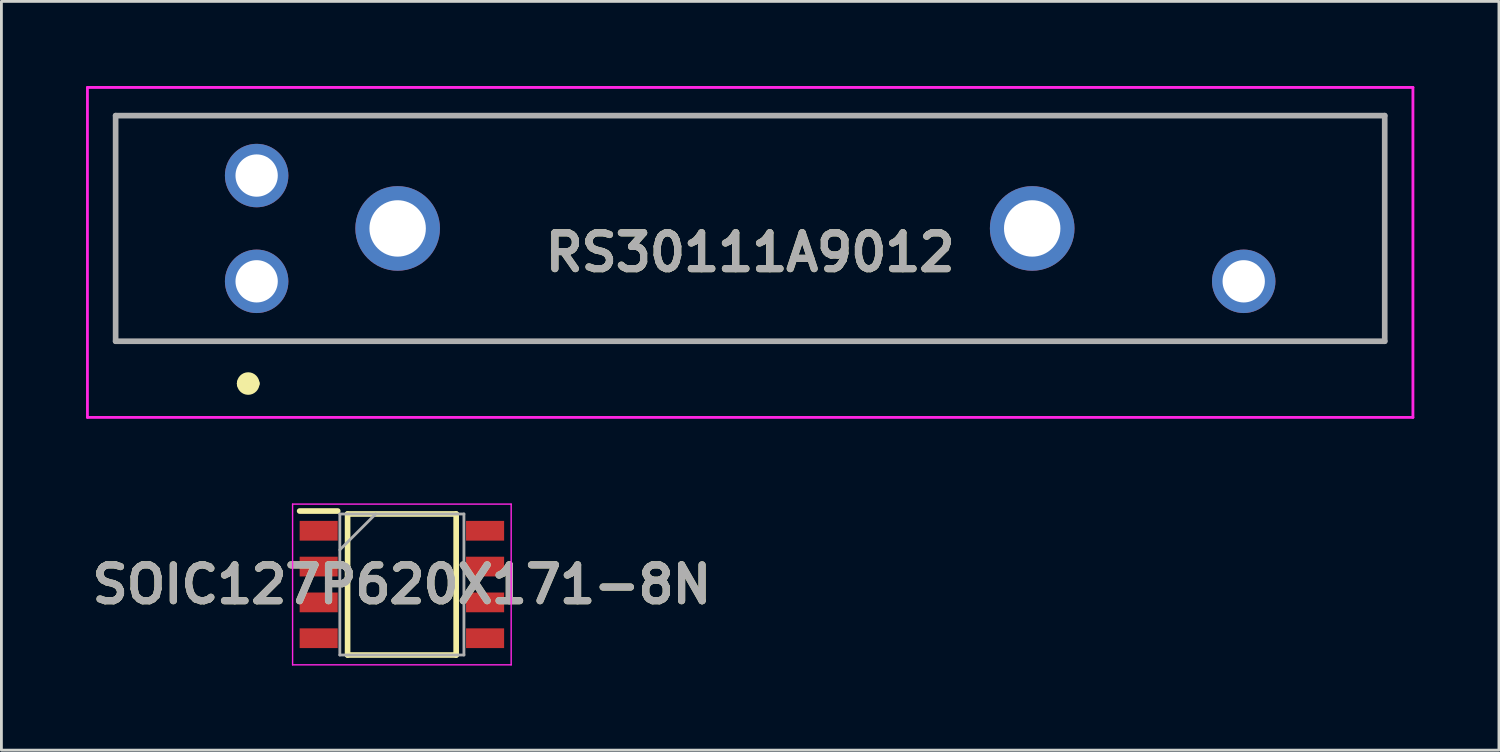
<source format=kicad_pcb>
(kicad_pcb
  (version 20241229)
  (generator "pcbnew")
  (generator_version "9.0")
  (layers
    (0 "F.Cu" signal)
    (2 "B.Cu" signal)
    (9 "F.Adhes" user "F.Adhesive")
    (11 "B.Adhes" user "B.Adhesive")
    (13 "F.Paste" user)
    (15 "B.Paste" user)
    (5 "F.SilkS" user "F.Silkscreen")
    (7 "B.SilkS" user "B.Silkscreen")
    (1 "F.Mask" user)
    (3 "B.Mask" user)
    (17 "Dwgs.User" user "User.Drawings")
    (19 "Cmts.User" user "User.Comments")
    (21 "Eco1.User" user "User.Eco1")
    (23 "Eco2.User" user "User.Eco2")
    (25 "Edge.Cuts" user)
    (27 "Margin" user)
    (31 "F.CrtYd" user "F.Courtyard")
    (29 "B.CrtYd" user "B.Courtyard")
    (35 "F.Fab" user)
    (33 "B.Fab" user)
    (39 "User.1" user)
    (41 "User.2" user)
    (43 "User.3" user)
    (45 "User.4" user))
  (footprint "RS30111A9012"
    (layer "F.Cu")
    (at 6.05 6.925)
    (property "Reference" "RS30111A9012" (at 17.5 -1.025 0) (layer "F.SilkS") (effects (font (size 1.27 1.27) (thickness 0.254))))
    (attr through_hole)
    (fp_line (start -5 -5.875) (end 40 -5.875) (stroke (width 0.1) (type solid)) (layer "F.SilkS"))
    (fp_line (start -5 2.125) (end -5 -5.875) (stroke (width 0.1) (type solid)) (layer "F.SilkS"))
    (fp_line (start -0.5 3.625) (end -0.5 3.625) (stroke (width 0.4) (type solid)) (layer "F.SilkS"))
    (fp_line (start -0.1 3.625) (end -0.1 3.625) (stroke (width 0.4) (type solid)) (layer "F.SilkS"))
    (fp_line (start 40 -5.875) (end 40 2.125) (stroke (width 0.1) (type solid)) (layer "F.SilkS"))
    (fp_line (start 40 2.125) (end -5 2.125) (stroke (width 0.1) (type solid)) (layer "F.SilkS"))
    (fp_arc (start -0.5 3.625) (mid -0.3 3.425) (end -0.1 3.625) (stroke (width 0.4) (type solid)) (layer "F.SilkS"))
    (fp_arc (start -0.1 3.625) (mid -0.3 3.825) (end -0.5 3.625) (stroke (width 0.4) (type solid)) (layer "F.SilkS"))
    (fp_line (start -6 -6.875) (end 41 -6.875) (stroke (width 0.1) (type solid)) (layer "F.CrtYd"))
    (fp_line (start -6 4.825) (end -6 -6.875) (stroke (width 0.1) (type solid)) (layer "F.CrtYd"))
    (fp_line (start 41 -6.875) (end 41 4.825) (stroke (width 0.1) (type solid)) (layer "F.CrtYd"))
    (fp_line (start 41 4.825) (end -6 4.825) (stroke (width 0.1) (type solid)) (layer "F.CrtYd"))
    (fp_line (start -5 -5.875) (end 40 -5.875) (stroke (width 0.2) (type solid)) (layer "F.Fab"))
    (fp_line (start -5 2.125) (end -5 -5.875) (stroke (width 0.2) (type solid)) (layer "F.Fab"))
    (fp_line (start 40 -5.875) (end 40 2.125) (stroke (width 0.2) (type solid)) (layer "F.Fab"))
    (fp_line (start 40 2.125) (end -5 2.125) (stroke (width 0.2) (type solid)) (layer "F.Fab"))
    (fp_text user "${REFERENCE}" (at 17.5 -1.025 0) (layer "F.Fab") (effects (font (size 1.27 1.27) (thickness 0.254))))
    (pad "1" thru_hole circle (at 0 0) (size 2.25 2.25) (drill 1.5) (layers "*.Cu" "*.Mask"))
    (pad "2" thru_hole circle (at 0 -3.75) (size 2.25 2.25) (drill 1.5) (layers "*.Cu" "*.Mask"))
    (pad "3" thru_hole circle (at 35 0) (size 2.25 2.25) (drill 1.5) (layers "*.Cu" "*.Mask"))
    (pad "MH1" thru_hole circle (at 5 -1.875) (size 3 3) (drill 2) (layers "*.Cu" "*.Mask"))
    (pad "MH2" thru_hole circle (at 27.5 -1.875) (size 3 3) (drill 2) (layers "*.Cu" "*.Mask")))
  (footprint "SOIC127P620X171-8N"
    (layer "F.Cu")
    (at 11.2 17.675)
    (property "Reference" "SOIC127P620X171-8N" (at 0 0 0) (layer "F.SilkS") (effects (font (size 1.27 1.27) (thickness 0.254))))
    (attr smd)
    (fp_line (start -3.625 -2.605) (end -2.275 -2.605) (stroke (width 0.2) (type solid)) (layer "F.SilkS"))
    (fp_line (start -1.925 -2.5) (end 1.925 -2.5) (stroke (width 0.2) (type solid)) (layer "F.SilkS"))
    (fp_line (start -1.925 2.5) (end -1.925 -2.5) (stroke (width 0.2) (type solid)) (layer "F.SilkS"))
    (fp_line (start 1.925 -2.5) (end 1.925 2.5) (stroke (width 0.2) (type solid)) (layer "F.SilkS"))
    (fp_line (start 1.925 2.5) (end -1.925 2.5) (stroke (width 0.2) (type solid)) (layer "F.SilkS"))
    (fp_line (start -3.875 -2.85) (end 3.875 -2.85) (stroke (width 0.05) (type solid)) (layer "F.CrtYd"))
    (fp_line (start -3.875 2.85) (end -3.875 -2.85) (stroke (width 0.05) (type solid)) (layer "F.CrtYd"))
    (fp_line (start 3.875 -2.85) (end 3.875 2.85) (stroke (width 0.05) (type solid)) (layer "F.CrtYd"))
    (fp_line (start 3.875 2.85) (end -3.875 2.85) (stroke (width 0.05) (type solid)) (layer "F.CrtYd"))
    (fp_line (start -2.2 -2.5) (end 2.2 -2.5) (stroke (width 0.1) (type solid)) (layer "F.Fab"))
    (fp_line (start -2.2 -1.23) (end -0.93 -2.5) (stroke (width 0.1) (type solid)) (layer "F.Fab"))
    (fp_line (start -2.2 2.5) (end -2.2 -2.5) (stroke (width 0.1) (type solid)) (layer "F.Fab"))
    (fp_line (start 2.2 -2.5) (end 2.2 2.5) (stroke (width 0.1) (type solid)) (layer "F.Fab"))
    (fp_line (start 2.2 2.5) (end -2.2 2.5) (stroke (width 0.1) (type solid)) (layer "F.Fab"))
    (fp_text user "${REFERENCE}" (at 0 0 0) (layer "F.Fab") (effects (font (size 1.27 1.27) (thickness 0.254))))
    (pad "1" smd rect (at -2.95 -1.905 90) (size 0.7 1.35) (layers "F.Cu" "F.Mask" "F.Paste"))
    (pad "2" smd rect (at -2.95 -0.635 90) (size 0.7 1.35) (layers "F.Cu" "F.Mask" "F.Paste"))
    (pad "3" smd rect (at -2.95 0.635 90) (size 0.7 1.35) (layers "F.Cu" "F.Mask" "F.Paste"))
    (pad "4" smd rect (at -2.95 1.905 90) (size 0.7 1.35) (layers "F.Cu" "F.Mask" "F.Paste"))
    (pad "5" smd rect (at 2.95 1.905 90) (size 0.7 1.35) (layers "F.Cu" "F.Mask" "F.Paste"))
    (pad "6" smd rect (at 2.95 0.635 90) (size 0.7 1.35) (layers "F.Cu" "F.Mask" "F.Paste"))
    (pad "7" smd rect (at 2.95 -0.635 90) (size 0.7 1.35) (layers "F.Cu" "F.Mask" "F.Paste"))
    (pad "8" smd rect (at 2.95 -1.905 90) (size 0.7 1.35) (layers "F.Cu" "F.Mask" "F.Paste")))
  (gr_rect
    (start -3 -3)
    (end 50.1 23.55)
    (stroke (width 0.1) (type default))
    (fill no)
    (layer "Edge.Cuts")))
</source>
